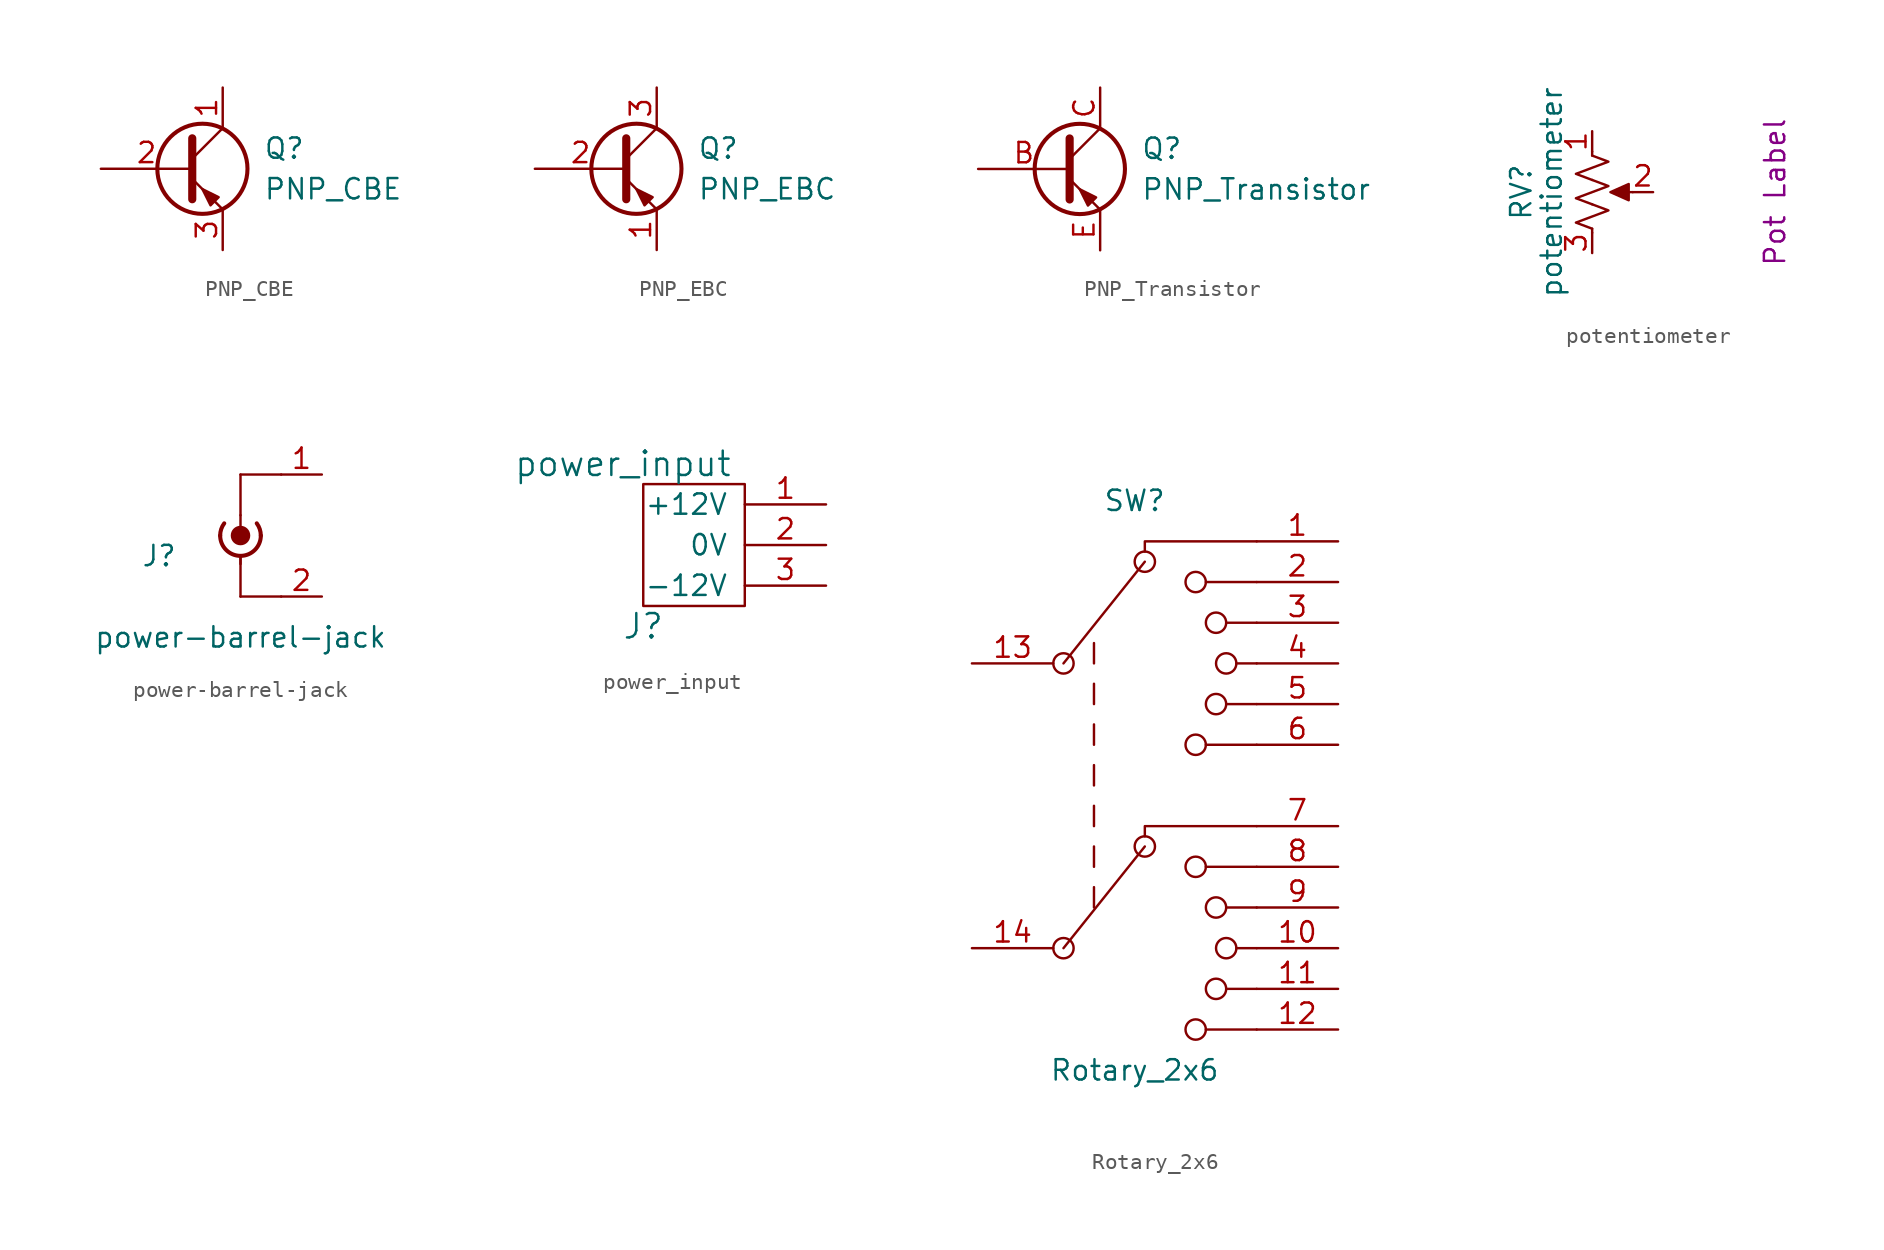
<source format=kicad_sym>
(kicad_symbol_lib
  (version 20211014)
  (generator kicad_symbol_editor)
  (symbol "PNP_CBE"
    (pin_names
      (offset 0) hide)
    (property "Reference" "Q"
      (at 5.08 1.27 0)
      (effects (font (size 1.27 1.27)) (justify left)))
    (property "Value" "PNP_CBE"
      (at 5.08 -1.27 0)
      (effects (font (size 1.27 1.27)) (justify left)))
    (symbol "PNP_CBE_0_1"
      (polyline (pts (xy 0.635 0.635) (xy 2.54 2.54)) (stroke (width 0) (type default) (color 0 0 0 0)) (fill (type none)))
      (polyline (pts (xy 0.635 -0.635) (xy 2.54 -2.54) (xy 2.54 -2.54)) (stroke (width 0) (type default) (color 0 0 0 0)) (fill (type none)))
      (polyline (pts (xy 0.635 1.905) (xy 0.635 -1.905) (xy 0.635 -1.905)) (stroke (width 0.508) (type default) (color 0 0 0 0)) (fill (type none)))
      (polyline (pts (xy 2.286 -1.778) (xy 1.778 -2.286) (xy 1.27 -1.27) (xy 2.286 -1.778) (xy 2.286 -1.778)) (stroke (width 0) (type default) (color 0 0 0 0)) (fill (type outline)))
      (circle (center 1.27 0) (radius 2.819) (stroke (width 0.254) (type default) (color 0 0 0 0)) (fill (type none))))
    (symbol "PNP_CBE_1_1"
      (pin passive line (at 2.54 5.08 270) (length 2.54) (name "C" (effects (font (size 1.27 1.27)))) (number "1" (effects (font (size 1.27 1.27)))))
      (pin input line (at -5.08 0 0) (length 5.715) (name "B" (effects (font (size 1.27 1.27)))) (number "2" (effects (font (size 1.27 1.27)))))
      (pin passive line (at 2.54 -5.08 90) (length 2.54) (name "E" (effects (font (size 1.27 1.27)))) (number "3" (effects (font (size 1.27 1.27)))))))
  (symbol "PNP_EBC"
    (pin_names
      (offset 0) hide)
    (property "Reference" "Q"
      (at 5.08 1.27 0)
      (effects (font (size 1.27 1.27)) (justify left)))
    (property "Value" "PNP_EBC"
      (at 5.08 -1.27 0)
      (effects (font (size 1.27 1.27)) (justify left)))
    (symbol "PNP_EBC_0_1"
      (polyline (pts (xy 0.635 0.635) (xy 2.54 2.54)) (stroke (width 0) (type default) (color 0 0 0 0)) (fill (type none)))
      (polyline (pts (xy 0.635 -0.635) (xy 2.54 -2.54) (xy 2.54 -2.54)) (stroke (width 0) (type default) (color 0 0 0 0)) (fill (type none)))
      (polyline (pts (xy 0.635 1.905) (xy 0.635 -1.905) (xy 0.635 -1.905)) (stroke (width 0.508) (type default) (color 0 0 0 0)) (fill (type none)))
      (polyline (pts (xy 2.286 -1.778) (xy 1.778 -2.286) (xy 1.27 -1.27) (xy 2.286 -1.778) (xy 2.286 -1.778)) (stroke (width 0) (type default) (color 0 0 0 0)) (fill (type outline)))
      (circle (center 1.27 0) (radius 2.819) (stroke (width 0.254) (type default) (color 0 0 0 0)) (fill (type none))))
    (symbol "PNP_EBC_1_1"
      (pin passive line (at 2.54 -5.08 90) (length 2.54) (name "E" (effects (font (size 1.27 1.27)))) (number "1" (effects (font (size 1.27 1.27)))))
      (pin input line (at -5.08 0 0) (length 5.715) (name "B" (effects (font (size 1.27 1.27)))) (number "2" (effects (font (size 1.27 1.27)))))
      (pin passive line (at 2.54 5.08 270) (length 2.54) (name "C" (effects (font (size 1.27 1.27)))) (number "3" (effects (font (size 1.27 1.27)))))))
  (symbol "PNP_Transistor"
    (pin_names
      (offset 0) hide)
    (property "Reference" "Q"
      (at 5.08 1.27 0)
      (effects (font (size 1.27 1.27)) (justify left)))
    (property "Value" "PNP_Transistor"
      (at 5.08 -1.27 0)
      (effects (font (size 1.27 1.27)) (justify left)))
    (symbol "PNP_Transistor_0_1"
      (polyline (pts (xy 0.635 0.635) (xy 2.54 2.54)) (stroke (width 0) (type default) (color 0 0 0 0)) (fill (type none)))
      (polyline (pts (xy 0.635 -0.635) (xy 2.54 -2.54) (xy 2.54 -2.54)) (stroke (width 0) (type default) (color 0 0 0 0)) (fill (type none)))
      (polyline (pts (xy 0.635 1.905) (xy 0.635 -1.905) (xy 0.635 -1.905)) (stroke (width 0.508) (type default) (color 0 0 0 0)) (fill (type none)))
      (polyline (pts (xy 2.286 -1.778) (xy 1.778 -2.286) (xy 1.27 -1.27) (xy 2.286 -1.778) (xy 2.286 -1.778)) (stroke (width 0) (type default) (color 0 0 0 0)) (fill (type outline)))
      (circle (center 1.27 0) (radius 2.819) (stroke (width 0.254) (type default) (color 0 0 0 0)) (fill (type none))))
    (symbol "PNP_Transistor_1_1"
      (pin input line (at -5.08 0 0) (length 5.715) (name "B" (effects (font (size 1.27 1.27)))) (number "B" (effects (font (size 1.27 1.27)))))
      (pin passive line (at 2.54 5.08 270) (length 2.54) (name "C" (effects (font (size 1.27 1.27)))) (number "C" (effects (font (size 1.27 1.27)))))
      (pin passive line (at 2.54 -5.08 90) (length 2.54) (name "E" (effects (font (size 1.27 1.27)))) (number "E" (effects (font (size 1.27 1.27)))))))
  (symbol "potentiometer"
    (pin_names
      (offset 1.016) hide)
    (property "Reference" "RV"
      (at -4.445 0 90)
      (effects (font (size 1.27 1.27))))
    (property "Value" "potentiometer"
      (at -2.54 0 90)
      (effects (font (size 1.27 1.27))))
    (property "Label" "Pot Label"
      (at 11.43 0 90)
      (effects (font (size 1.27 1.27))))
    (symbol "potentiometer_0_1"
      (polyline (pts (xy 0 -2.286) (xy 0 -2.54)) (stroke (width 0) (type default) (color 0 0 0 0)) (fill (type none)))
      (polyline (pts (xy 0 2.54) (xy 0 2.286)) (stroke (width 0) (type default) (color 0 0 0 0)) (fill (type none)))
      (polyline (pts (xy 2.54 0) (xy 1.524 0)) (stroke (width 0) (type default) (color 0 0 0 0)) (fill (type none)))
      (polyline (pts (xy 1.143 0) (xy 2.286 0.508) (xy 2.286 -0.508) (xy 1.143 0)) (stroke (width 0) (type default) (color 0 0 0 0)) (fill (type outline)))
      (polyline (pts (xy 0 -0.762) (xy 1.016 -1.143) (xy 0 -1.524) (xy -1.016 -1.905) (xy 0 -2.286)) (stroke (width 0) (type default) (color 0 0 0 0)) (fill (type none)))
      (polyline (pts (xy 0 0.762) (xy 1.016 0.381) (xy 0 0) (xy -1.016 -0.381) (xy 0 -0.762)) (stroke (width 0) (type default) (color 0 0 0 0)) (fill (type none)))
      (polyline (pts (xy 0 2.286) (xy 1.016 1.905) (xy 0 1.524) (xy -1.016 1.143) (xy 0 0.762)) (stroke (width 0) (type default) (color 0 0 0 0)) (fill (type none))))
    (symbol "potentiometer_1_1"
      (pin passive line (at 0 3.81 270) (length 1.27) (name "1" (effects (font (size 1.27 1.27)))) (number "1" (effects (font (size 1.27 1.27)))))
      (pin passive line (at 3.81 0 180) (length 1.27) (name "2" (effects (font (size 1.27 1.27)))) (number "2" (effects (font (size 1.27 1.27)))))
      (pin passive line (at 0 -3.81 90) (length 1.27) (name "3" (effects (font (size 1.27 1.27)))) (number "3" (effects (font (size 1.27 1.27)))))))
  (symbol "power-barrel-jack"
    (pin_names
      (offset 1.016) hide)
    (property "Reference" "J"
      (at -5.08 -1.27 0)
      (effects (font (size 1.27 1.27))))
    (property "Value" "power-barrel-jack"
      (at 0 -6.35 0)
      (effects (font (size 1.27 1.27))))
    (symbol "power-barrel-jack_0_1"
      (arc (start -1.27 0) (mid 0 -1.27) (end 1.27 0) (stroke (width 0.254) (type default) (color 0 0 0 0)) (fill (type none)))
      (arc (start -1.016 0.762) (mid -1.2048 0.4016) (end -1.27 0) (stroke (width 0.254) (type default) (color 0 0 0 0)) (fill (type none)))
      (rectangle (start 0 -3.81) (end 0 -1.27) (stroke (width 0) (type default) (color 0 0 0 0)) (fill (type none)))
      (polyline (pts (xy 0 -1.27) (xy 0 -1.778)) (stroke (width 0) (type default) (color 0 0 0 0)) (fill (type none)))
      (polyline (pts (xy 0 1.27) (xy 0 0)) (stroke (width 0) (type default) (color 0 0 0 0)) (fill (type none)))
      (circle (center 0 0) (radius 0.508) (stroke (width 0.203) (type default) (color 0 0 0 0)) (fill (type outline)))
      (rectangle (start 0 1.27) (end 0 3.81) (stroke (width 0) (type default) (color 0 0 0 0)) (fill (type none)))
      (rectangle (start 0 3.81) (end 2.54 3.81) (stroke (width 0) (type default) (color 0 0 0 0)) (fill (type none)))
      (arc (start 1.27 0) (mid 1.2048 0.4016) (end 1.016 0.762) (stroke (width 0.254) (type default) (color 0 0 0 0)) (fill (type none)))
      (rectangle (start 2.54 -3.81) (end 0 -3.81) (stroke (width 0) (type default) (color 0 0 0 0)) (fill (type none))))
    (symbol "power-barrel-jack_1_1"
      (pin passive line (at 5.08 3.81 180) (length 2.54) (name "In" (effects (font (size 1.27 1.27)))) (number "1" (effects (font (size 1.27 1.27)))))
      (pin passive line (at 5.08 -3.81 180) (length 2.54) (name "Ext" (effects (font (size 1.27 1.27)))) (number "2" (effects (font (size 1.27 1.27)))))))
  (symbol "power_input"
    (pin_names
      (offset 1.016))
    (property "Reference" "J"
      (at -5.08 -5.08 0)
      (effects (font (size 1.524 1.524))))
    (property "Value" "power_input"
      (at -6.35 5.08 0)
      (effects (font (size 1.524 1.524))))
    (symbol "power_input_0_1"
      (rectangle (start -5.08 3.81) (end 1.27 -3.81) (stroke (width 0) (type default) (color 0 0 0 0)) (fill (type none))))
    (symbol "power_input_1_1"
      (pin power_in line (at 6.35 2.54 180) (length 5.08) (name "+12V" (effects (font (size 1.27 1.27)))) (number "1" (effects (font (size 1.27 1.27)))))
      (pin power_in line (at 6.35 0 180) (length 5.08) (name "0V" (effects (font (size 1.27 1.27)))) (number "2" (effects (font (size 1.27 1.27)))))
      (pin power_in line (at 6.35 -2.54 180) (length 5.08) (name "-12V" (effects (font (size 1.27 1.27)))) (number "3" (effects (font (size 1.27 1.27)))))))
  (symbol "Rotary_2x6"
    (pin_names
      (offset 1.016) hide)
    (property "Reference" "SW"
      (at 0 17.78 0)
      (effects (font (size 1.27 1.27))))
    (property "Value" "Rotary_2x6"
      (at 0 -17.78 0)
      (effects (font (size 1.27 1.27))))
    (symbol "Rotary_2x6_0_0"
      (circle (center -4.445 -10.16) (radius 0.635) (stroke (width 0) (type default) (color 0 0 0 0)) (fill (type none)))
      (circle (center -4.445 7.62) (radius 0.635) (stroke (width 0) (type default) (color 0 0 0 0)) (fill (type none)))
      (polyline (pts (xy -4.445 -10.16) (xy 0.635 -3.81)) (stroke (width 0) (type default) (color 0 0 0 0)) (fill (type none)))
      (polyline (pts (xy -4.445 7.62) (xy 0.635 13.97)) (stroke (width 0) (type default) (color 0 0 0 0)) (fill (type none)))
      (polyline (pts (xy -2.54 -7.62) (xy -2.54 -6.35)) (stroke (width 0) (type default) (color 0 0 0 0)) (fill (type none)))
      (polyline (pts (xy -2.54 -5.08) (xy -2.54 -3.81)) (stroke (width 0) (type default) (color 0 0 0 0)) (fill (type none)))
      (polyline (pts (xy -2.54 -2.54) (xy -2.54 -1.27)) (stroke (width 0) (type default) (color 0 0 0 0)) (fill (type none)))
      (polyline (pts (xy -2.54 0) (xy -2.54 1.27)) (stroke (width 0) (type default) (color 0 0 0 0)) (fill (type none)))
      (polyline (pts (xy -2.54 2.54) (xy -2.54 3.81)) (stroke (width 0) (type default) (color 0 0 0 0)) (fill (type none)))
      (polyline (pts (xy -2.54 5.08) (xy -2.54 6.35)) (stroke (width 0) (type default) (color 0 0 0 0)) (fill (type none)))
      (polyline (pts (xy -2.54 7.62) (xy -2.54 8.89)) (stroke (width 0) (type default) (color 0 0 0 0)) (fill (type none)))
      (polyline (pts (xy 4.445 -5.08) (xy 7.62 -5.08)) (stroke (width 0) (type default) (color 0 0 0 0)) (fill (type none)))
      (polyline (pts (xy 4.445 12.7) (xy 7.62 12.7)) (stroke (width 0) (type default) (color 0 0 0 0)) (fill (type none)))
      (polyline (pts (xy 5.715 -12.7) (xy 7.62 -12.7)) (stroke (width 0) (type default) (color 0 0 0 0)) (fill (type none)))
      (polyline (pts (xy 5.715 -7.62) (xy 7.62 -7.62)) (stroke (width 0) (type default) (color 0 0 0 0)) (fill (type none)))
      (polyline (pts (xy 5.715 5.08) (xy 7.62 5.08)) (stroke (width 0) (type default) (color 0 0 0 0)) (fill (type none)))
      (polyline (pts (xy 5.715 10.16) (xy 7.62 10.16)) (stroke (width 0) (type default) (color 0 0 0 0)) (fill (type none)))
      (polyline (pts (xy 6.35 -10.16) (xy 7.62 -10.16)) (stroke (width 0) (type default) (color 0 0 0 0)) (fill (type none)))
      (polyline (pts (xy 6.35 7.62) (xy 7.62 7.62)) (stroke (width 0) (type default) (color 0 0 0 0)) (fill (type none)))
      (polyline (pts (xy 7.62 -15.24) (xy 4.445 -15.24)) (stroke (width 0) (type default) (color 0 0 0 0)) (fill (type none)))
      (polyline (pts (xy 7.62 2.54) (xy 4.445 2.54)) (stroke (width 0) (type default) (color 0 0 0 0)) (fill (type none)))
      (polyline (pts (xy 0.635 -3.175) (xy 0.635 -2.54) (xy 7.62 -2.54)) (stroke (width 0) (type default) (color 0 0 0 0)) (fill (type none)))
      (polyline (pts (xy 0.635 14.605) (xy 0.635 15.24) (xy 7.62 15.24)) (stroke (width 0) (type default) (color 0 0 0 0)) (fill (type none)))
      (circle (center 0.635 -3.81) (radius 0.635) (stroke (width 0) (type default) (color 0 0 0 0)) (fill (type none)))
      (circle (center 0.635 13.97) (radius 0.635) (stroke (width 0) (type default) (color 0 0 0 0)) (fill (type none)))
      (circle (center 3.81 -15.24) (radius 0.635) (stroke (width 0) (type default) (color 0 0 0 0)) (fill (type none)))
      (circle (center 3.81 -5.08) (radius 0.635) (stroke (width 0) (type default) (color 0 0 0 0)) (fill (type none)))
      (circle (center 3.81 2.54) (radius 0.635) (stroke (width 0) (type default) (color 0 0 0 0)) (fill (type none)))
      (circle (center 3.81 12.7) (radius 0.635) (stroke (width 0) (type default) (color 0 0 0 0)) (fill (type none)))
      (circle (center 5.08 -12.7) (radius 0.635) (stroke (width 0) (type default) (color 0 0 0 0)) (fill (type none)))
      (circle (center 5.08 -7.62) (radius 0.635) (stroke (width 0) (type default) (color 0 0 0 0)) (fill (type none)))
      (circle (center 5.08 5.08) (radius 0.635) (stroke (width 0) (type default) (color 0 0 0 0)) (fill (type none)))
      (circle (center 5.08 10.16) (radius 0.635) (stroke (width 0) (type default) (color 0 0 0 0)) (fill (type none)))
      (circle (center 5.715 -10.16) (radius 0.635) (stroke (width 0) (type default) (color 0 0 0 0)) (fill (type none)))
      (circle (center 5.715 7.62) (radius 0.635) (stroke (width 0) (type default) (color 0 0 0 0)) (fill (type none))))
    (symbol "Rotary_2x6_0_1"
      (pin passive line (at 12.7 15.24 180) (length 5.08) (name "1" (effects (font (size 1.27 1.27)))) (number "1" (effects (font (size 1.27 1.27)))))
      (pin passive line (at 12.7 -10.16 180) (length 5.08) (name "10" (effects (font (size 1.27 1.27)))) (number "10" (effects (font (size 1.27 1.27)))))
      (pin passive line (at 12.7 -12.7 180) (length 5.08) (name "11" (effects (font (size 1.27 1.27)))) (number "11" (effects (font (size 1.27 1.27)))))
      (pin passive line (at 12.7 -15.24 180) (length 5.08) (name "12" (effects (font (size 1.27 1.27)))) (number "12" (effects (font (size 1.27 1.27)))))
      (pin passive line (at -10.16 7.62 0) (length 5.08) (name "13" (effects (font (size 1.27 1.27)))) (number "13" (effects (font (size 1.27 1.27)))))
      (pin passive line (at -10.16 -10.16 0) (length 5.08) (name "14" (effects (font (size 1.27 1.27)))) (number "14" (effects (font (size 1.27 1.27)))))
      (pin passive line (at 12.7 12.7 180) (length 5.08) (name "2" (effects (font (size 1.27 1.27)))) (number "2" (effects (font (size 1.27 1.27)))))
      (pin passive line (at 12.7 10.16 180) (length 5.08) (name "3" (effects (font (size 1.27 1.27)))) (number "3" (effects (font (size 1.27 1.27)))))
      (pin passive line (at 12.7 7.62 180) (length 5.08) (name "4" (effects (font (size 1.27 1.27)))) (number "4" (effects (font (size 1.27 1.27)))))
      (pin passive line (at 12.7 5.08 180) (length 5.08) (name "5" (effects (font (size 1.27 1.27)))) (number "5" (effects (font (size 1.27 1.27)))))
      (pin passive line (at 12.7 2.54 180) (length 5.08) (name "6" (effects (font (size 1.27 1.27)))) (number "6" (effects (font (size 1.27 1.27)))))
      (pin passive line (at 12.7 -2.54 180) (length 5.08) (name "7" (effects (font (size 1.27 1.27)))) (number "7" (effects (font (size 1.27 1.27)))))
      (pin passive line (at 12.7 -5.08 180) (length 5.08) (name "8" (effects (font (size 1.27 1.27)))) (number "8" (effects (font (size 1.27 1.27)))))
      (pin passive line (at 12.7 -7.62 180) (length 5.08) (name "9" (effects (font (size 1.27 1.27)))) (number "9" (effects (font (size 1.27 1.27))))))))
</source>
